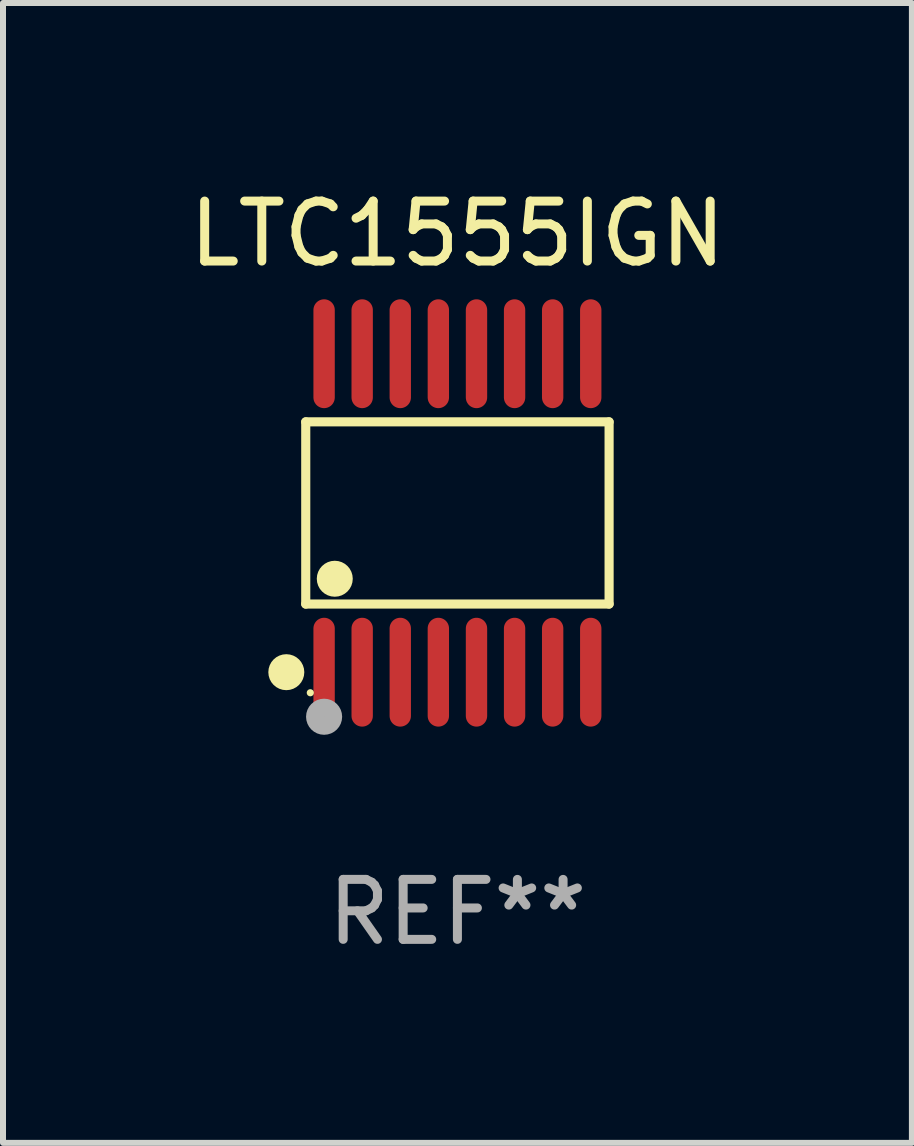
<source format=kicad_pcb>
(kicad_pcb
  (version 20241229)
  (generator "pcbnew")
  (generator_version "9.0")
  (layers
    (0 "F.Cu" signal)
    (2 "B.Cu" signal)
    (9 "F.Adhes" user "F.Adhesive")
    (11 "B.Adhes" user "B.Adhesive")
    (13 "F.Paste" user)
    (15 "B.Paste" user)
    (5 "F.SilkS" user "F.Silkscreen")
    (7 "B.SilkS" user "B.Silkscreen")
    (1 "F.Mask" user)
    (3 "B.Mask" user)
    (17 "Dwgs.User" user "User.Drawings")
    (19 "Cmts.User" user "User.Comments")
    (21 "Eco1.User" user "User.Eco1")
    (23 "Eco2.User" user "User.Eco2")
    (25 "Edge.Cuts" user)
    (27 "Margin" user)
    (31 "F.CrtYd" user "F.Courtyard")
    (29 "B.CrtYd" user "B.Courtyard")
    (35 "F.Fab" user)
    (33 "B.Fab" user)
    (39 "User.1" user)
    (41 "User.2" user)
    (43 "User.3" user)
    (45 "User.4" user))
  (footprint "LTC1555IGN"
    (layer "F.Cu")
    (at 4.577 5.503)
    (property "Reference" "LTC1555IGN" (at 0 -4.655 0) (layer "F.SilkS") (effects (font (size 1 1) (thickness 0.15))))
    (attr through_hole)
    (fp_line (start -2.529 -1.519) (end 2.529 -1.519) (stroke (width 0.152) (type solid)) (layer "F.SilkS"))
    (fp_line (start -2.529 1.519) (end -2.529 -1.519) (stroke (width 0.152) (type solid)) (layer "F.SilkS"))
    (fp_line (start 2.529 -1.519) (end 2.529 1.519) (stroke (width 0.152) (type solid)) (layer "F.SilkS"))
    (fp_line (start 2.529 1.519) (end -2.529 1.519) (stroke (width 0.152) (type solid)) (layer "F.SilkS"))
    (fp_circle (center -2.853 2.655) (end -2.703 2.655) (stroke (width 0.3) (type solid)) (fill no) (layer "F.SilkS"))
    (fp_circle (center -2.453 2.998) (end -2.423 2.998) (stroke (width 0.06) (type solid)) (fill no) (layer "F.SilkS"))
    (fp_circle (center -2.045 1.097) (end -1.895 1.097) (stroke (width 0.3) (type solid)) (fill no) (layer "F.SilkS"))
    (fp_circle (center -2.223 3.398) (end -2.072 3.398) (stroke (width 0.3) (type solid)) (fill no) (layer "F.Fab"))
    (fp_text user "REF**" (at 0 6.655 0) (layer "F.Fab") (effects (font (size 1 1) (thickness 0.15))))
    (pad "1" smd oval (at -2.223 2.655) (size 0.356 1.815) (layers "F.Cu" "F.Mask" "F.Paste"))
    (pad "2" smd oval (at -1.588 2.655) (size 0.356 1.815) (layers "F.Cu" "F.Mask" "F.Paste"))
    (pad "3" smd oval (at -0.953 2.655) (size 0.356 1.815) (layers "F.Cu" "F.Mask" "F.Paste"))
    (pad "4" smd oval (at -0.318 2.655) (size 0.356 1.815) (layers "F.Cu" "F.Mask" "F.Paste"))
    (pad "5" smd oval (at 0.318 2.655) (size 0.356 1.815) (layers "F.Cu" "F.Mask" "F.Paste"))
    (pad "6" smd oval (at 0.953 2.655) (size 0.356 1.815) (layers "F.Cu" "F.Mask" "F.Paste"))
    (pad "7" smd oval (at 1.588 2.655) (size 0.356 1.815) (layers "F.Cu" "F.Mask" "F.Paste"))
    (pad "8" smd oval (at 2.223 2.655) (size 0.356 1.815) (layers "F.Cu" "F.Mask" "F.Paste"))
    (pad "9" smd oval (at 2.223 -2.655) (size 0.356 1.815) (layers "F.Cu" "F.Mask" "F.Paste"))
    (pad "10" smd oval (at 1.588 -2.655) (size 0.356 1.815) (layers "F.Cu" "F.Mask" "F.Paste"))
    (pad "11" smd oval (at 0.953 -2.655) (size 0.356 1.815) (layers "F.Cu" "F.Mask" "F.Paste"))
    (pad "12" smd oval (at 0.318 -2.655) (size 0.356 1.815) (layers "F.Cu" "F.Mask" "F.Paste"))
    (pad "13" smd oval (at -0.318 -2.655) (size 0.356 1.815) (layers "F.Cu" "F.Mask" "F.Paste"))
    (pad "14" smd oval (at -0.953 -2.655) (size 0.356 1.815) (layers "F.Cu" "F.Mask" "F.Paste"))
    (pad "15" smd oval (at -1.588 -2.655) (size 0.356 1.815) (layers "F.Cu" "F.Mask" "F.Paste"))
    (pad "16" smd oval (at -2.223 -2.655) (size 0.356 1.815) (layers "F.Cu" "F.Mask" "F.Paste")))
  (gr_rect
    (start -3 -3)
    (end 12.155 16.006)
    (stroke (width 0.1) (type default))
    (fill no)
    (layer "Edge.Cuts")))
</source>
